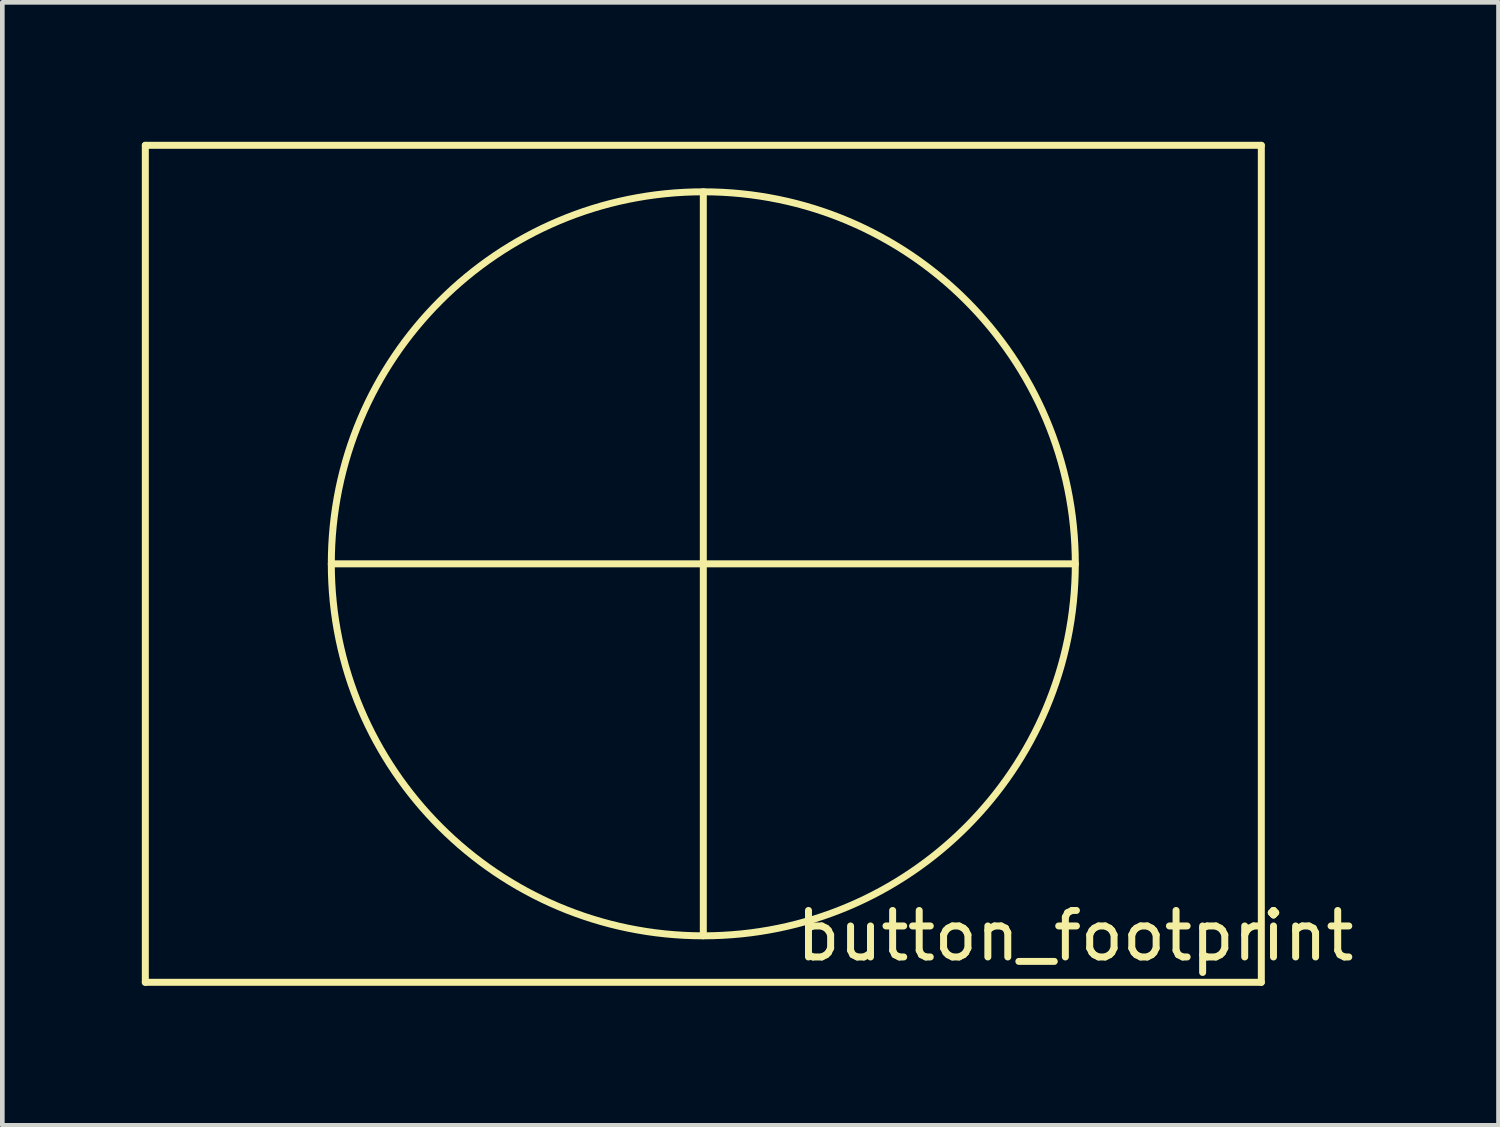
<source format=kicad_pcb>
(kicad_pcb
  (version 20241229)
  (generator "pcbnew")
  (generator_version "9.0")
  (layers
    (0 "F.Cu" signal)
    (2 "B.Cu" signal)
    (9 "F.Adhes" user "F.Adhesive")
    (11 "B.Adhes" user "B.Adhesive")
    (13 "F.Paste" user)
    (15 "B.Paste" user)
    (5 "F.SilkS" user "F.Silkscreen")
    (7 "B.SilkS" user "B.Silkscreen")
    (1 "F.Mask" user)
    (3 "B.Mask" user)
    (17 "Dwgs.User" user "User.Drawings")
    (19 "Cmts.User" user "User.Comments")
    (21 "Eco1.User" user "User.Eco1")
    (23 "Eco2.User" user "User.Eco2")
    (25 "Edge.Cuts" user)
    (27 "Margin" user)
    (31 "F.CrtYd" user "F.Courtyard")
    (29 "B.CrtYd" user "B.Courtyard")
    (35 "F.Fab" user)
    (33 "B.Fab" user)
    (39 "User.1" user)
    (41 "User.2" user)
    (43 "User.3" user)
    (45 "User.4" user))
  (footprint "button_footprint"
    (layer "F.Cu")
    (at 12.075 9.075)
    (property "Reference" "button_footprint" (at 8 8 0) (layer "F.SilkS") (effects (font (size 1 1) (thickness 0.15))))
    (attr through_hole)
    (fp_line (start -12 -9) (end 12 -9) (stroke (width 0.15) (type solid)) (layer "F.SilkS"))
    (fp_line (start -12 9) (end -12 -9) (stroke (width 0.15) (type solid)) (layer "F.SilkS"))
    (fp_line (start -8 0) (end 8 0) (stroke (width 0.15) (type solid)) (layer "F.SilkS"))
    (fp_line (start 0 -8) (end 0 8) (stroke (width 0.15) (type solid)) (layer "F.SilkS"))
    (fp_line (start 12 -9) (end 12 9) (stroke (width 0.15) (type solid)) (layer "F.SilkS"))
    (fp_line (start 12 9) (end -12 9) (stroke (width 0.15) (type solid)) (layer "F.SilkS"))
    (fp_circle (center 0 0) (end 0 8) (stroke (width 0.15) (type solid)) (fill no) (layer "F.SilkS")))
  (gr_rect
    (start -3 -3)
    (end 29.176 21.15)
    (stroke (width 0.1) (type default))
    (fill no)
    (layer "Edge.Cuts")))
</source>
